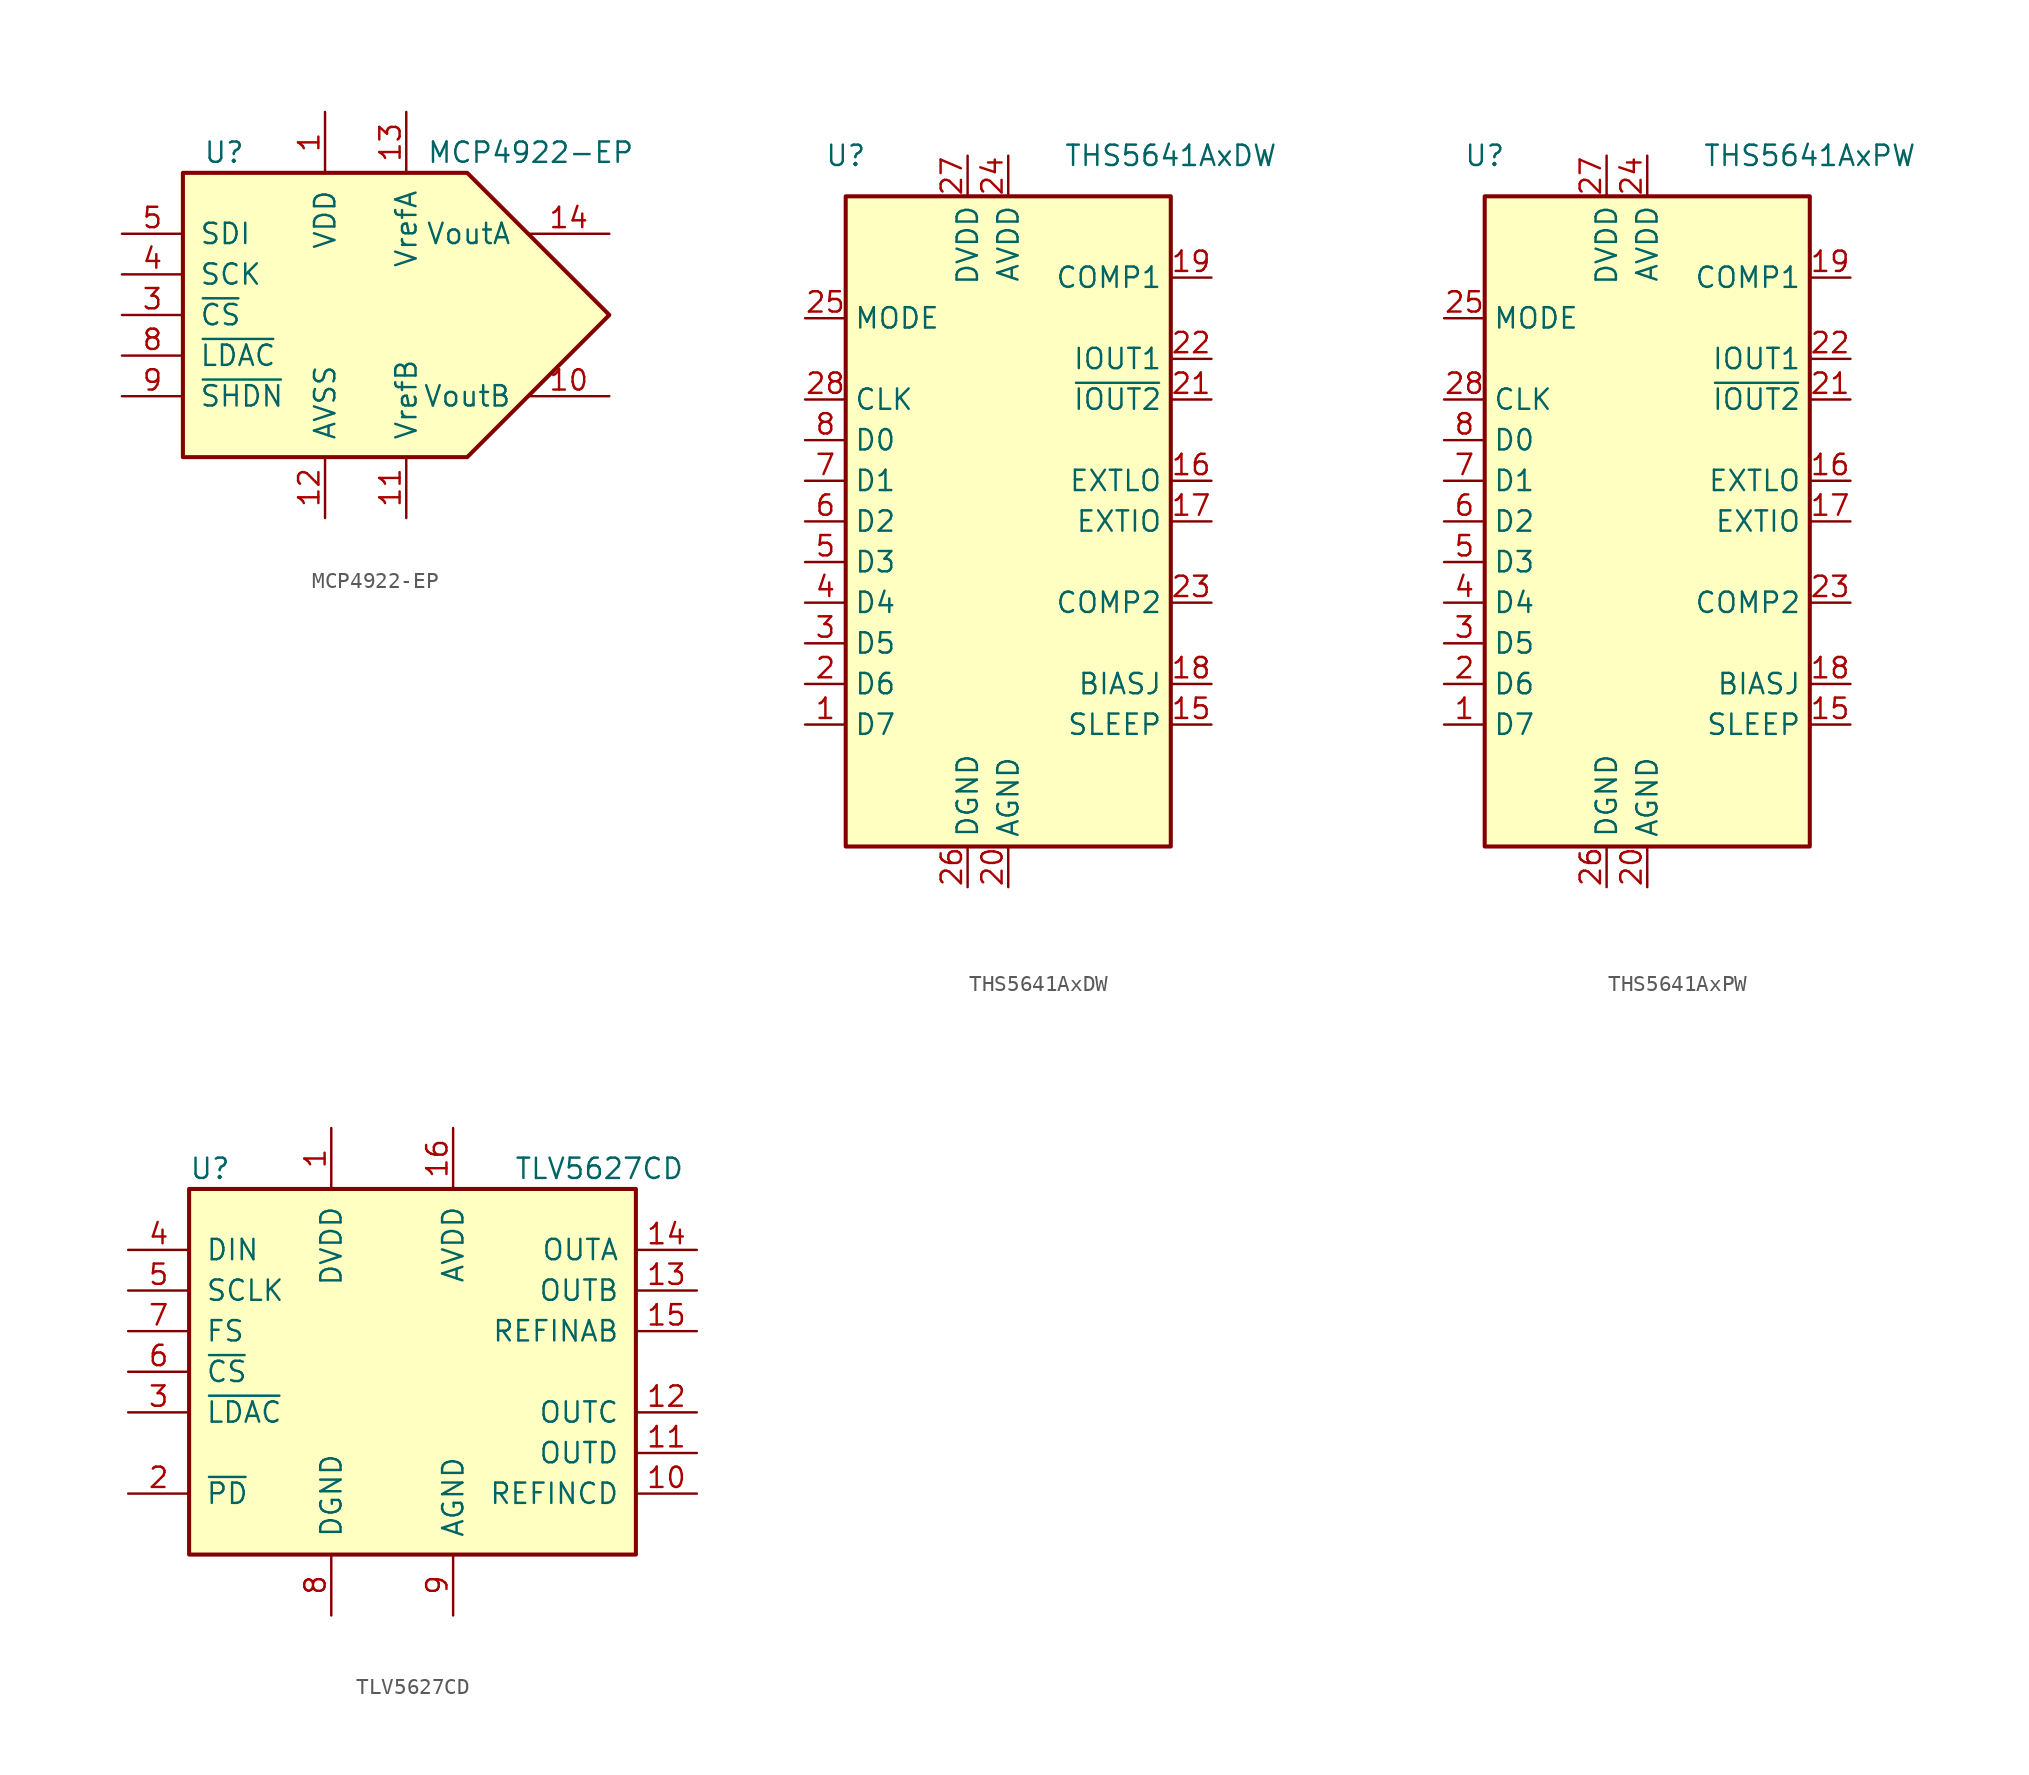
<source format=kicad_sym>
(kicad_symbol_lib
  (version 20201005)
  (generator kicad_symbol_editor)
  (symbol "Analog_DAC:MCP4922-EP"
    (pin_names
      (offset 1.016))
    (property "Reference" "U"
      (at -10.16 10.16 0)
      (effects (font (size 1.27 1.27)) (justify left)))
    (property "Value" "MCP4922-EP"
      (at 3.81 10.16 0)
      (effects (font (size 1.27 1.27)) (justify left)))
    (symbol "MCP4922-EP_0_1"
      (polyline (pts (xy -11.43 8.89) (xy 6.35 8.89) (xy 15.24 0) (xy 6.35 -8.89) (xy -11.43 -8.89) (xy -11.43 8.89)) (stroke (width 0.254)) (fill (type background))))
    (symbol "MCP4922-EP_1_1"
      (pin power_in line (at -2.54 12.7 270) (length 3.81) (name "VDD" (effects (font (size 1.27 1.27)))) (number "1" (effects (font (size 1.27 1.27)))))
      (pin passive line (at 15.24 -5.08 180) (length 5.08) (name "VoutB" (effects (font (size 1.27 1.27)))) (number "10" (effects (font (size 1.27 1.27)))))
      (pin passive line (at 2.54 -12.7 90) (length 3.81) (name "VrefB" (effects (font (size 1.27 1.27)))) (number "11" (effects (font (size 1.27 1.27)))))
      (pin power_in line (at -2.54 -12.7 90) (length 3.81) (name "AVSS" (effects (font (size 1.27 1.27)))) (number "12" (effects (font (size 1.27 1.27)))))
      (pin passive line (at 2.54 12.7 270) (length 3.81) (name "VrefA" (effects (font (size 1.27 1.27)))) (number "13" (effects (font (size 1.27 1.27)))))
      (pin passive line (at 15.24 5.08 180) (length 5.08) (name "VoutA" (effects (font (size 1.27 1.27)))) (number "14" (effects (font (size 1.27 1.27)))))
      (pin no_connect line (at -5.08 -12.7 90) (length 2.54) hide (name "NC" (effects (font (size 1.27 1.27)))) (number "2" (effects (font (size 1.27 1.27)))))
      (pin input line (at -15.24 0 0) (length 3.81) (name "~CS~" (effects (font (size 1.27 1.27)))) (number "3" (effects (font (size 1.27 1.27)))))
      (pin input line (at -15.24 2.54 0) (length 3.81) (name "SCK" (effects (font (size 1.27 1.27)))) (number "4" (effects (font (size 1.27 1.27)))))
      (pin input line (at -15.24 5.08 0) (length 3.81) (name "SDI" (effects (font (size 1.27 1.27)))) (number "5" (effects (font (size 1.27 1.27)))))
      (pin no_connect line (at -7.62 -12.7 90) (length 2.54) hide (name "NC" (effects (font (size 1.27 1.27)))) (number "6" (effects (font (size 1.27 1.27)))))
      (pin no_connect line (at -10.16 -12.7 90) (length 2.54) hide (name "NC" (effects (font (size 1.27 1.27)))) (number "7" (effects (font (size 1.27 1.27)))))
      (pin input line (at -15.24 -2.54 0) (length 3.81) (name "~LDAC~" (effects (font (size 1.27 1.27)))) (number "8" (effects (font (size 1.27 1.27)))))
      (pin input line (at -15.24 -5.08 0) (length 3.81) (name "~SHDN~" (effects (font (size 1.27 1.27)))) (number "9" (effects (font (size 1.27 1.27)))))))
  (symbol "Analog_DAC:THS5641AxDW"
    (property "Reference" "U"
      (at -10.16 22.86 0)
      (effects (font (size 1.27 1.27))))
    (property "Value" "THS5641AxDW"
      (at 10.16 22.86 0)
      (effects (font (size 1.27 1.27))))
    (symbol "THS5641AxDW_0_1"
      (rectangle (start -10.16 20.32) (end 10.16 -20.32) (stroke (width 0.254)) (fill (type background))))
    (symbol "THS5641AxDW_1_1"
      (pin input line (at -12.7 -12.7 0) (length 2.54) (name "D7" (effects (font (size 1.27 1.27)))) (number "1" (effects (font (size 1.27 1.27)))))
      (pin no_connect line (at -10.16 -17.78 0) (length 2.54) hide (name "NC" (effects (font (size 1.27 1.27)))) (number "10" (effects (font (size 1.27 1.27)))))
      (pin no_connect line (at 10.16 -17.78 180) (length 2.54) hide (name "NC" (effects (font (size 1.27 1.27)))) (number "11" (effects (font (size 1.27 1.27)))))
      (pin no_connect line (at 10.16 -15.24 180) (length 2.54) hide (name "NC" (effects (font (size 1.27 1.27)))) (number "12" (effects (font (size 1.27 1.27)))))
      (pin no_connect line (at 10.16 12.7 180) (length 2.54) hide (name "NC" (effects (font (size 1.27 1.27)))) (number "13" (effects (font (size 1.27 1.27)))))
      (pin no_connect line (at 10.16 17.78 180) (length 2.54) hide (name "NC" (effects (font (size 1.27 1.27)))) (number "14" (effects (font (size 1.27 1.27)))))
      (pin input line (at 12.7 -12.7 180) (length 2.54) (name "SLEEP" (effects (font (size 1.27 1.27)))) (number "15" (effects (font (size 1.27 1.27)))))
      (pin bidirectional line (at 12.7 2.54 180) (length 2.54) (name "EXTLO" (effects (font (size 1.27 1.27)))) (number "16" (effects (font (size 1.27 1.27)))))
      (pin bidirectional line (at 12.7 0 180) (length 2.54) (name "EXTIO" (effects (font (size 1.27 1.27)))) (number "17" (effects (font (size 1.27 1.27)))))
      (pin passive line (at 12.7 -10.16 180) (length 2.54) (name "BIASJ" (effects (font (size 1.27 1.27)))) (number "18" (effects (font (size 1.27 1.27)))))
      (pin input line (at 12.7 15.24 180) (length 2.54) (name "COMP1" (effects (font (size 1.27 1.27)))) (number "19" (effects (font (size 1.27 1.27)))))
      (pin input line (at -12.7 -10.16 0) (length 2.54) (name "D6" (effects (font (size 1.27 1.27)))) (number "2" (effects (font (size 1.27 1.27)))))
      (pin power_in line (at 0 -22.86 90) (length 2.54) (name "AGND" (effects (font (size 1.27 1.27)))) (number "20" (effects (font (size 1.27 1.27)))))
      (pin output line (at 12.7 7.62 180) (length 2.54) (name "~IOUT2" (effects (font (size 1.27 1.27)))) (number "21" (effects (font (size 1.27 1.27)))))
      (pin output line (at 12.7 10.16 180) (length 2.54) (name "IOUT1" (effects (font (size 1.27 1.27)))) (number "22" (effects (font (size 1.27 1.27)))))
      (pin input line (at 12.7 -5.08 180) (length 2.54) (name "COMP2" (effects (font (size 1.27 1.27)))) (number "23" (effects (font (size 1.27 1.27)))))
      (pin power_in line (at 0 22.86 270) (length 2.54) (name "AVDD" (effects (font (size 1.27 1.27)))) (number "24" (effects (font (size 1.27 1.27)))))
      (pin input line (at -12.7 12.7 0) (length 2.54) (name "MODE" (effects (font (size 1.27 1.27)))) (number "25" (effects (font (size 1.27 1.27)))))
      (pin power_in line (at -2.54 -22.86 90) (length 2.54) (name "DGND" (effects (font (size 1.27 1.27)))) (number "26" (effects (font (size 1.27 1.27)))))
      (pin power_in line (at -2.54 22.86 270) (length 2.54) (name "DVDD" (effects (font (size 1.27 1.27)))) (number "27" (effects (font (size 1.27 1.27)))))
      (pin input line (at -12.7 7.62 0) (length 2.54) (name "CLK" (effects (font (size 1.27 1.27)))) (number "28" (effects (font (size 1.27 1.27)))))
      (pin input line (at -12.7 -7.62 0) (length 2.54) (name "D5" (effects (font (size 1.27 1.27)))) (number "3" (effects (font (size 1.27 1.27)))))
      (pin input line (at -12.7 -5.08 0) (length 2.54) (name "D4" (effects (font (size 1.27 1.27)))) (number "4" (effects (font (size 1.27 1.27)))))
      (pin input line (at -12.7 -2.54 0) (length 2.54) (name "D3" (effects (font (size 1.27 1.27)))) (number "5" (effects (font (size 1.27 1.27)))))
      (pin input line (at -12.7 0 0) (length 2.54) (name "D2" (effects (font (size 1.27 1.27)))) (number "6" (effects (font (size 1.27 1.27)))))
      (pin input line (at -12.7 2.54 0) (length 2.54) (name "D1" (effects (font (size 1.27 1.27)))) (number "7" (effects (font (size 1.27 1.27)))))
      (pin input line (at -12.7 5.08 0) (length 2.54) (name "D0" (effects (font (size 1.27 1.27)))) (number "8" (effects (font (size 1.27 1.27)))))
      (pin no_connect line (at -10.16 -15.24 0) (length 2.54) hide (name "NC" (effects (font (size 1.27 1.27)))) (number "9" (effects (font (size 1.27 1.27)))))))
  (symbol "Analog_DAC:THS5641AxPW"
    (property "Reference" "U"
      (at -10.16 22.86 0)
      (effects (font (size 1.27 1.27))))
    (property "Value" "THS5641AxPW"
      (at 10.16 22.86 0)
      (effects (font (size 1.27 1.27))))
    (symbol "THS5641AxPW_0_1"
      (rectangle (start -10.16 20.32) (end 10.16 -20.32) (stroke (width 0.254)) (fill (type background))))
    (symbol "THS5641AxPW_1_1"
      (pin input line (at -12.7 -12.7 0) (length 2.54) (name "D7" (effects (font (size 1.27 1.27)))) (number "1" (effects (font (size 1.27 1.27)))))
      (pin no_connect line (at -10.16 -17.78 0) (length 2.54) hide (name "NC" (effects (font (size 1.27 1.27)))) (number "10" (effects (font (size 1.27 1.27)))))
      (pin no_connect line (at 10.16 -17.78 180) (length 2.54) hide (name "NC" (effects (font (size 1.27 1.27)))) (number "11" (effects (font (size 1.27 1.27)))))
      (pin no_connect line (at 10.16 -15.24 180) (length 2.54) hide (name "NC" (effects (font (size 1.27 1.27)))) (number "12" (effects (font (size 1.27 1.27)))))
      (pin no_connect line (at 10.16 12.7 180) (length 2.54) hide (name "NC" (effects (font (size 1.27 1.27)))) (number "13" (effects (font (size 1.27 1.27)))))
      (pin no_connect line (at 10.16 17.78 180) (length 2.54) hide (name "NC" (effects (font (size 1.27 1.27)))) (number "14" (effects (font (size 1.27 1.27)))))
      (pin input line (at 12.7 -12.7 180) (length 2.54) (name "SLEEP" (effects (font (size 1.27 1.27)))) (number "15" (effects (font (size 1.27 1.27)))))
      (pin bidirectional line (at 12.7 2.54 180) (length 2.54) (name "EXTLO" (effects (font (size 1.27 1.27)))) (number "16" (effects (font (size 1.27 1.27)))))
      (pin bidirectional line (at 12.7 0 180) (length 2.54) (name "EXTIO" (effects (font (size 1.27 1.27)))) (number "17" (effects (font (size 1.27 1.27)))))
      (pin passive line (at 12.7 -10.16 180) (length 2.54) (name "BIASJ" (effects (font (size 1.27 1.27)))) (number "18" (effects (font (size 1.27 1.27)))))
      (pin input line (at 12.7 15.24 180) (length 2.54) (name "COMP1" (effects (font (size 1.27 1.27)))) (number "19" (effects (font (size 1.27 1.27)))))
      (pin input line (at -12.7 -10.16 0) (length 2.54) (name "D6" (effects (font (size 1.27 1.27)))) (number "2" (effects (font (size 1.27 1.27)))))
      (pin power_in line (at 0 -22.86 90) (length 2.54) (name "AGND" (effects (font (size 1.27 1.27)))) (number "20" (effects (font (size 1.27 1.27)))))
      (pin output line (at 12.7 7.62 180) (length 2.54) (name "~IOUT2" (effects (font (size 1.27 1.27)))) (number "21" (effects (font (size 1.27 1.27)))))
      (pin output line (at 12.7 10.16 180) (length 2.54) (name "IOUT1" (effects (font (size 1.27 1.27)))) (number "22" (effects (font (size 1.27 1.27)))))
      (pin input line (at 12.7 -5.08 180) (length 2.54) (name "COMP2" (effects (font (size 1.27 1.27)))) (number "23" (effects (font (size 1.27 1.27)))))
      (pin power_in line (at 0 22.86 270) (length 2.54) (name "AVDD" (effects (font (size 1.27 1.27)))) (number "24" (effects (font (size 1.27 1.27)))))
      (pin input line (at -12.7 12.7 0) (length 2.54) (name "MODE" (effects (font (size 1.27 1.27)))) (number "25" (effects (font (size 1.27 1.27)))))
      (pin power_in line (at -2.54 -22.86 90) (length 2.54) (name "DGND" (effects (font (size 1.27 1.27)))) (number "26" (effects (font (size 1.27 1.27)))))
      (pin power_in line (at -2.54 22.86 270) (length 2.54) (name "DVDD" (effects (font (size 1.27 1.27)))) (number "27" (effects (font (size 1.27 1.27)))))
      (pin input line (at -12.7 7.62 0) (length 2.54) (name "CLK" (effects (font (size 1.27 1.27)))) (number "28" (effects (font (size 1.27 1.27)))))
      (pin input line (at -12.7 -7.62 0) (length 2.54) (name "D5" (effects (font (size 1.27 1.27)))) (number "3" (effects (font (size 1.27 1.27)))))
      (pin input line (at -12.7 -5.08 0) (length 2.54) (name "D4" (effects (font (size 1.27 1.27)))) (number "4" (effects (font (size 1.27 1.27)))))
      (pin input line (at -12.7 -2.54 0) (length 2.54) (name "D3" (effects (font (size 1.27 1.27)))) (number "5" (effects (font (size 1.27 1.27)))))
      (pin input line (at -12.7 0 0) (length 2.54) (name "D2" (effects (font (size 1.27 1.27)))) (number "6" (effects (font (size 1.27 1.27)))))
      (pin input line (at -12.7 2.54 0) (length 2.54) (name "D1" (effects (font (size 1.27 1.27)))) (number "7" (effects (font (size 1.27 1.27)))))
      (pin input line (at -12.7 5.08 0) (length 2.54) (name "D0" (effects (font (size 1.27 1.27)))) (number "8" (effects (font (size 1.27 1.27)))))
      (pin no_connect line (at -10.16 -15.24 0) (length 2.54) hide (name "NC" (effects (font (size 1.27 1.27)))) (number "9" (effects (font (size 1.27 1.27)))))))
  (symbol "Analog_DAC:TLV5627CD"
    (pin_names
      (offset 1.016))
    (property "Reference" "U"
      (at -13.97 12.7 0)
      (effects (font (size 1.27 1.27)) (justify left)))
    (property "Value" "TLV5627CD"
      (at 6.35 12.7 0)
      (effects (font (size 1.27 1.27)) (justify left)))
    (symbol "TLV5627CD_0_1"
      (rectangle (start -13.97 11.43) (end 13.97 -11.43) (stroke (width 0.254)) (fill (type background))))
    (symbol "TLV5627CD_1_1"
      (pin power_in line (at -5.08 15.24 270) (length 3.81) (name "DVDD" (effects (font (size 1.27 1.27)))) (number "1" (effects (font (size 1.27 1.27)))))
      (pin input line (at 17.78 -7.62 180) (length 3.81) (name "REFINCD" (effects (font (size 1.27 1.27)))) (number "10" (effects (font (size 1.27 1.27)))))
      (pin output line (at 17.78 -5.08 180) (length 3.81) (name "OUTD" (effects (font (size 1.27 1.27)))) (number "11" (effects (font (size 1.27 1.27)))))
      (pin output line (at 17.78 -2.54 180) (length 3.81) (name "OUTC" (effects (font (size 1.27 1.27)))) (number "12" (effects (font (size 1.27 1.27)))))
      (pin output line (at 17.78 5.08 180) (length 3.81) (name "OUTB" (effects (font (size 1.27 1.27)))) (number "13" (effects (font (size 1.27 1.27)))))
      (pin output line (at 17.78 7.62 180) (length 3.81) (name "OUTA" (effects (font (size 1.27 1.27)))) (number "14" (effects (font (size 1.27 1.27)))))
      (pin input line (at 17.78 2.54 180) (length 3.81) (name "REFINAB" (effects (font (size 1.27 1.27)))) (number "15" (effects (font (size 1.27 1.27)))))
      (pin power_in line (at 2.54 15.24 270) (length 3.81) (name "AVDD" (effects (font (size 1.27 1.27)))) (number "16" (effects (font (size 1.27 1.27)))))
      (pin input line (at -17.78 -7.62 0) (length 3.81) (name "~PD" (effects (font (size 1.27 1.27)))) (number "2" (effects (font (size 1.27 1.27)))))
      (pin input line (at -17.78 -2.54 0) (length 3.81) (name "~LDAC" (effects (font (size 1.27 1.27)))) (number "3" (effects (font (size 1.27 1.27)))))
      (pin input line (at -17.78 7.62 0) (length 3.81) (name "DIN" (effects (font (size 1.27 1.27)))) (number "4" (effects (font (size 1.27 1.27)))))
      (pin input line (at -17.78 5.08 0) (length 3.81) (name "SCLK" (effects (font (size 1.27 1.27)))) (number "5" (effects (font (size 1.27 1.27)))))
      (pin input line (at -17.78 0 0) (length 3.81) (name "~CS" (effects (font (size 1.27 1.27)))) (number "6" (effects (font (size 1.27 1.27)))))
      (pin input line (at -17.78 2.54 0) (length 3.81) (name "FS" (effects (font (size 1.27 1.27)))) (number "7" (effects (font (size 1.27 1.27)))))
      (pin power_in line (at -5.08 -15.24 90) (length 3.81) (name "DGND" (effects (font (size 1.27 1.27)))) (number "8" (effects (font (size 1.27 1.27)))))
      (pin power_in line (at 2.54 -15.24 90) (length 3.81) (name "AGND" (effects (font (size 1.27 1.27)))) (number "9" (effects (font (size 1.27 1.27))))))))
</source>
